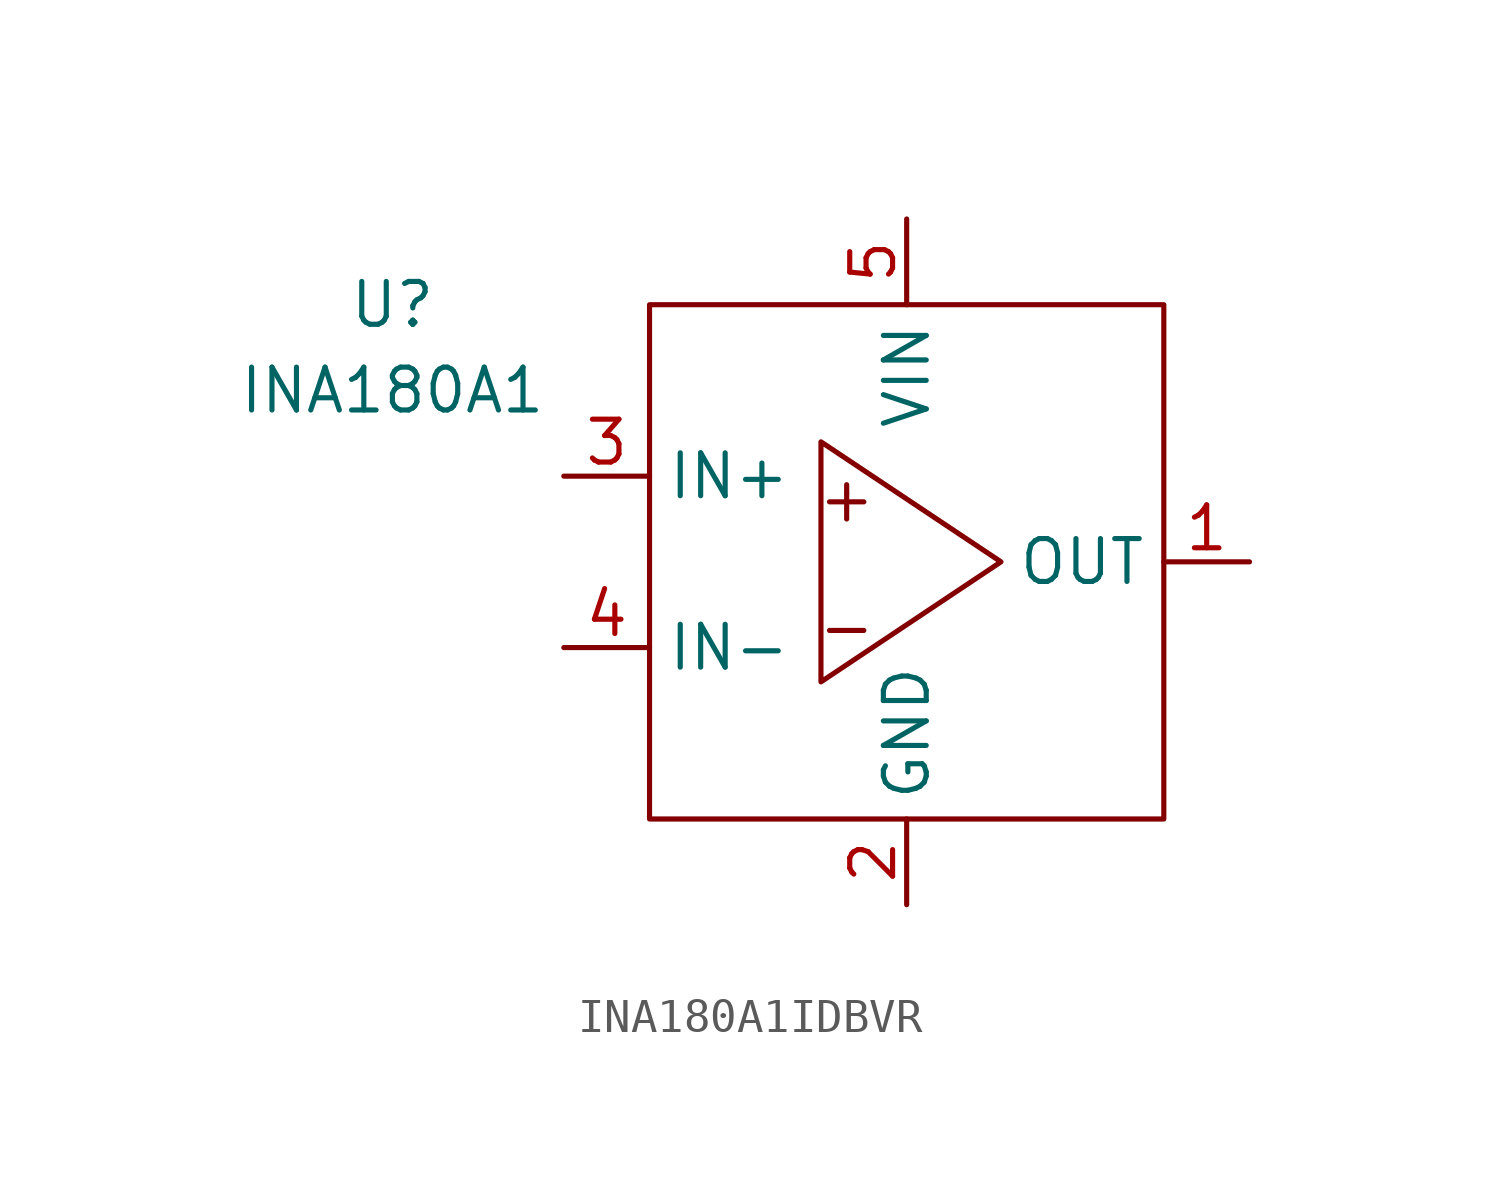
<source format=kicad_sym>
(kicad_symbol_lib
  (version 20220914)
  (generator kicad_symbol_editor)
  (symbol "INA180A1IDBVR"
    (property "Reference" "U"
      (at -12.7 7.62 0)
      (effects (font (size 1.27 1.27))))
    (property "Value" "INA180A1"
      (at -12.7 5.08 0)
      (effects (font (size 1.27 1.27))))
    (symbol "INA180A1IDBVR_0_1"
      (rectangle (start -5.08 7.62) (end 10.16 -7.62) (stroke (width 0) (type default)) (fill (type none)))
      (polyline (pts (xy 0.254 -2.032) (xy 1.27 -2.032)) (stroke (width 0) (type default)) (fill (type none)))
      (polyline (pts (xy 0.254 1.778) (xy 1.27 1.778)) (stroke (width 0) (type default)) (fill (type none)))
      (polyline (pts (xy 0.762 2.032) (xy 0.762 1.27)) (stroke (width 0) (type default)) (fill (type none)))
      (polyline (pts (xy 0.762 2.032) (xy 0.762 2.286)) (stroke (width 0) (type default)) (fill (type none)))
      (polyline (pts (xy 0 3.556) (xy 0 -3.556) (xy 5.334 0) (xy 0 3.556)) (stroke (width 0) (type default)) (fill (type none))))
    (symbol "INA180A1IDBVR_1_1"
      (pin output line (at 12.7 0 180) (length 2.54) (name "OUT" (effects (font (size 1.27 1.27)))) (number "1" (effects (font (size 1.27 1.27)))))
      (pin output line (at 2.54 -10.16 90) (length 2.54) (name "GND" (effects (font (size 1.27 1.27)))) (number "2" (effects (font (size 1.27 1.27)))))
      (pin input line (at -7.62 2.54 0) (length 2.54) (name "IN+" (effects (font (size 1.27 1.27)))) (number "3" (effects (font (size 1.27 1.27)))))
      (pin input line (at -7.62 -2.54 0) (length 2.54) (name "IN-" (effects (font (size 1.27 1.27)))) (number "4" (effects (font (size 1.27 1.27)))))
      (pin output line (at 2.54 10.16 270) (length 2.54) (name "VIN" (effects (font (size 1.27 1.27)))) (number "5" (effects (font (size 1.27 1.27))))))))
</source>
